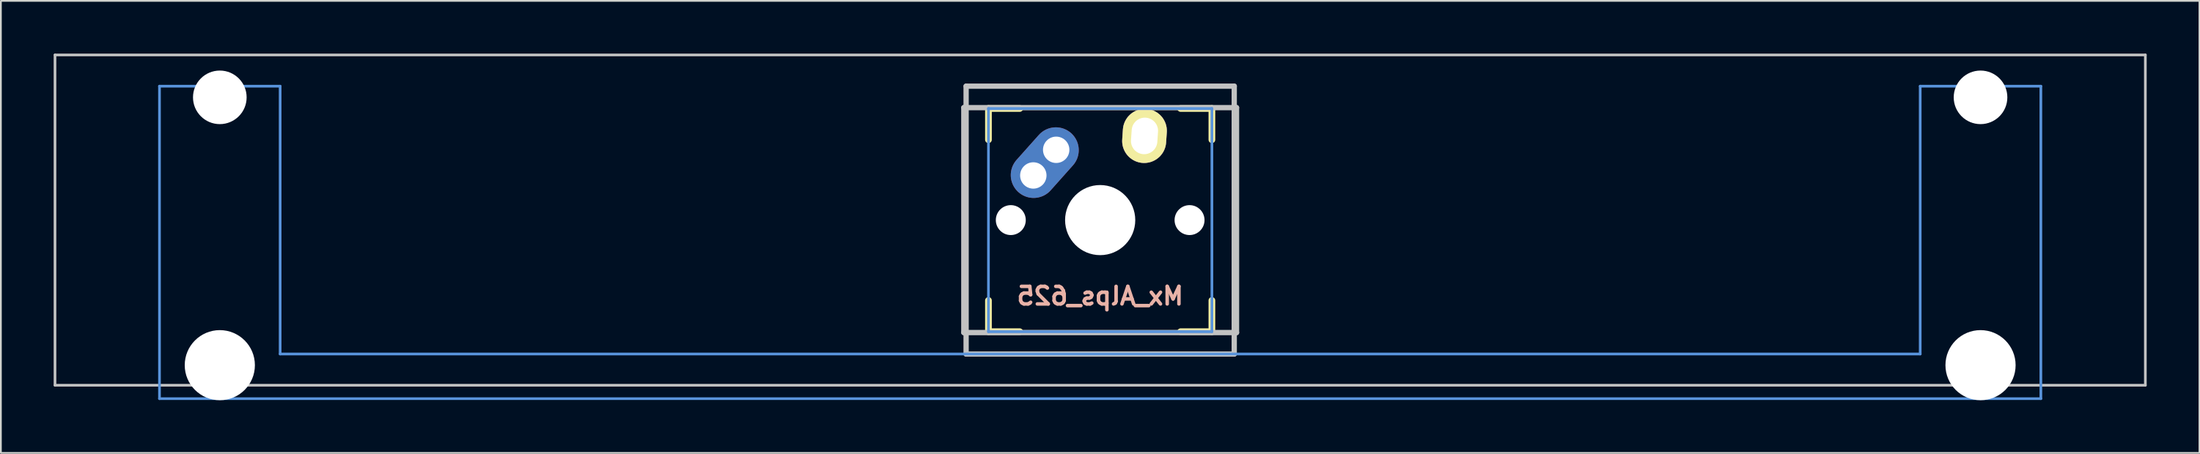
<source format=kicad_pcb>
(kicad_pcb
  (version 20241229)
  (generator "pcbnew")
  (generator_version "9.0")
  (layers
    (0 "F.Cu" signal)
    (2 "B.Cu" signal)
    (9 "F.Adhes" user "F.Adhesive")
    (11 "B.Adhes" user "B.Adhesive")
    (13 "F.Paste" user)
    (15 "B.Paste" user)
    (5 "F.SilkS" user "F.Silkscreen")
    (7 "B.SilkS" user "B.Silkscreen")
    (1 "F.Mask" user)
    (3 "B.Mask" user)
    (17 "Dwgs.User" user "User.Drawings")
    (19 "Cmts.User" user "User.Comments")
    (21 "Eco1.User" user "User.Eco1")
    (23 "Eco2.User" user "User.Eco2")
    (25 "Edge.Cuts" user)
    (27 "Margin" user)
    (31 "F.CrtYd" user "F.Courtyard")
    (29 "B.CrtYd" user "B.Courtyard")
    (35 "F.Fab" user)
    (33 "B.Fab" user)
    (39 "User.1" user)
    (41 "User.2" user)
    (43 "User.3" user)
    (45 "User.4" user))
  (footprint "Mx_Alps_625"
    (layer "F.Cu")
    (at 59.482 9.474)
    (property "Reference" "Mx_Alps_625" (at 0 4.318 0) (layer "B.SilkS") (effects (font (size 1 1) (thickness 0.2)) (justify mirror)))
    (attr through_hole)
    (fp_line (start -6.35 -6.35) (end -4.572 -6.35) (stroke (width 0.381) (type solid)) (layer "F.SilkS"))
    (fp_line (start -6.35 -4.572) (end -6.35 -6.35) (stroke (width 0.381) (type solid)) (layer "F.SilkS"))
    (fp_line (start -6.35 6.35) (end -6.35 4.572) (stroke (width 0.381) (type solid)) (layer "F.SilkS"))
    (fp_line (start -4.572 6.35) (end -6.35 6.35) (stroke (width 0.381) (type solid)) (layer "F.SilkS"))
    (fp_line (start 4.572 -6.35) (end 6.35 -6.35) (stroke (width 0.381) (type solid)) (layer "F.SilkS"))
    (fp_line (start 6.35 -6.35) (end 6.35 -4.572) (stroke (width 0.381) (type solid)) (layer "F.SilkS"))
    (fp_line (start 6.35 4.572) (end 6.35 6.35) (stroke (width 0.381) (type solid)) (layer "F.SilkS"))
    (fp_line (start 6.35 6.35) (end 4.572 6.35) (stroke (width 0.381) (type solid)) (layer "F.SilkS"))
    (fp_line (start -59.406 -9.398) (end 59.406 -9.398) (stroke (width 0.152) (type solid)) (layer "Dwgs.User"))
    (fp_line (start -59.406 9.398) (end -59.406 -9.398) (stroke (width 0.152) (type solid)) (layer "Dwgs.User"))
    (fp_line (start -7.75 6.4) (end -7.75 -6.4) (stroke (width 0.3) (type solid)) (layer "Dwgs.User"))
    (fp_line (start -7.75 6.4) (end 7.75 6.4) (stroke (width 0.3) (type solid)) (layer "Dwgs.User"))
    (fp_line (start -7.62 -7.62) (end 7.62 -7.62) (stroke (width 0.3) (type solid)) (layer "Dwgs.User"))
    (fp_line (start -7.62 7.62) (end -7.62 -7.62) (stroke (width 0.3) (type solid)) (layer "Dwgs.User"))
    (fp_line (start 7.62 -7.62) (end 7.62 7.62) (stroke (width 0.3) (type solid)) (layer "Dwgs.User"))
    (fp_line (start 7.62 7.62) (end -7.62 7.62) (stroke (width 0.3) (type solid)) (layer "Dwgs.User"))
    (fp_line (start 7.75 -6.4) (end -7.75 -6.4) (stroke (width 0.3) (type solid)) (layer "Dwgs.User"))
    (fp_line (start 7.75 6.4) (end 7.75 -6.4) (stroke (width 0.3) (type solid)) (layer "Dwgs.User"))
    (fp_line (start 59.406 -9.398) (end 59.406 9.398) (stroke (width 0.152) (type solid)) (layer "Dwgs.User"))
    (fp_line (start 59.406 9.398) (end -59.406 9.398) (stroke (width 0.152) (type solid)) (layer "Dwgs.User"))
    (fp_line (start -53.467 -7.62) (end -53.467 10.16) (stroke (width 0.152) (type solid)) (layer "Cmts.User"))
    (fp_line (start -53.467 10.16) (end 53.467 10.16) (stroke (width 0.152) (type solid)) (layer "Cmts.User"))
    (fp_line (start -46.609 -7.62) (end -53.467 -7.62) (stroke (width 0.152) (type solid)) (layer "Cmts.User"))
    (fp_line (start -46.609 7.62) (end -46.609 -7.62) (stroke (width 0.152) (type solid)) (layer "Cmts.User"))
    (fp_line (start -6.35 -6.35) (end 6.35 -6.35) (stroke (width 0.152) (type solid)) (layer "Cmts.User"))
    (fp_line (start -6.35 6.35) (end -6.35 -6.35) (stroke (width 0.152) (type solid)) (layer "Cmts.User"))
    (fp_line (start 6.35 -6.35) (end 6.35 6.35) (stroke (width 0.152) (type solid)) (layer "Cmts.User"))
    (fp_line (start 6.35 6.35) (end -6.35 6.35) (stroke (width 0.152) (type solid)) (layer "Cmts.User"))
    (fp_line (start 46.609 -7.62) (end 46.609 7.62) (stroke (width 0.152) (type solid)) (layer "Cmts.User"))
    (fp_line (start 46.609 7.62) (end -46.609 7.62) (stroke (width 0.152) (type solid)) (layer "Cmts.User"))
    (fp_line (start 53.467 -7.62) (end 46.609 -7.62) (stroke (width 0.152) (type solid)) (layer "Cmts.User"))
    (fp_line (start 53.467 10.16) (end 53.467 -7.62) (stroke (width 0.152) (type solid)) (layer "Cmts.User"))
    (fp_line (start -54.229 -2.286) (end -53.365 -2.286) (stroke (width 0.152) (type solid)) (layer "Eco2.User"))
    (fp_line (start -54.229 0.508) (end -54.229 -2.286) (stroke (width 0.152) (type solid)) (layer "Eco2.User"))
    (fp_line (start -53.365 -5.69) (end -46.711 -5.69) (stroke (width 0.152) (type solid)) (layer "Eco2.User"))
    (fp_line (start -53.365 -2.286) (end -53.365 -5.69) (stroke (width 0.152) (type solid)) (layer "Eco2.User"))
    (fp_line (start -53.365 0.508) (end -54.229 0.508) (stroke (width 0.152) (type solid)) (layer "Eco2.User"))
    (fp_line (start -53.365 6.604) (end -53.365 0.508) (stroke (width 0.152) (type solid)) (layer "Eco2.User"))
    (fp_line (start -52.324 6.604) (end -53.365 6.604) (stroke (width 0.152) (type solid)) (layer "Eco2.User"))
    (fp_line (start -52.324 7.772) (end -52.324 6.604) (stroke (width 0.152) (type solid)) (layer "Eco2.User"))
    (fp_line (start -47.752 6.604) (end -47.752 7.772) (stroke (width 0.152) (type solid)) (layer "Eco2.User"))
    (fp_line (start -47.752 7.772) (end -52.324 7.772) (stroke (width 0.152) (type solid)) (layer "Eco2.User"))
    (fp_line (start -46.711 -5.69) (end -46.711 -2.286) (stroke (width 0.152) (type solid)) (layer "Eco2.User"))
    (fp_line (start -46.711 -2.286) (end -6.985 -2.286) (stroke (width 0.152) (type solid)) (layer "Eco2.User"))
    (fp_line (start -46.711 2.286) (end -46.711 6.604) (stroke (width 0.152) (type solid)) (layer "Eco2.User"))
    (fp_line (start -46.711 6.604) (end -47.752 6.604) (stroke (width 0.152) (type solid)) (layer "Eco2.User"))
    (fp_line (start -6.985 -6.985) (end 6.985 -6.985) (stroke (width 0.152) (type solid)) (layer "Eco2.User"))
    (fp_line (start -6.985 -2.286) (end -6.985 -6.985) (stroke (width 0.152) (type solid)) (layer "Eco2.User"))
    (fp_line (start -6.985 2.286) (end -46.711 2.286) (stroke (width 0.152) (type solid)) (layer "Eco2.User"))
    (fp_line (start -6.985 6.985) (end -6.985 2.286) (stroke (width 0.152) (type solid)) (layer "Eco2.User"))
    (fp_line (start 6.985 -6.985) (end 6.985 -2.286) (stroke (width 0.152) (type solid)) (layer "Eco2.User"))
    (fp_line (start 6.985 -2.286) (end 46.711 -2.286) (stroke (width 0.152) (type solid)) (layer "Eco2.User"))
    (fp_line (start 6.985 2.286) (end 6.985 6.985) (stroke (width 0.152) (type solid)) (layer "Eco2.User"))
    (fp_line (start 6.985 6.985) (end -6.985 6.985) (stroke (width 0.152) (type solid)) (layer "Eco2.User"))
    (fp_line (start 46.711 -5.69) (end 53.365 -5.69) (stroke (width 0.152) (type solid)) (layer "Eco2.User"))
    (fp_line (start 46.711 -2.286) (end 46.711 -5.69) (stroke (width 0.152) (type solid)) (layer "Eco2.User"))
    (fp_line (start 46.711 2.286) (end 6.985 2.286) (stroke (width 0.152) (type solid)) (layer "Eco2.User"))
    (fp_line (start 46.711 6.604) (end 46.711 2.286) (stroke (width 0.152) (type solid)) (layer "Eco2.User"))
    (fp_line (start 47.752 6.604) (end 46.711 6.604) (stroke (width 0.152) (type solid)) (layer "Eco2.User"))
    (fp_line (start 47.752 7.772) (end 47.752 6.604) (stroke (width 0.152) (type solid)) (layer "Eco2.User"))
    (fp_line (start 52.324 6.604) (end 52.324 7.772) (stroke (width 0.152) (type solid)) (layer "Eco2.User"))
    (fp_line (start 52.324 7.772) (end 47.752 7.772) (stroke (width 0.152) (type solid)) (layer "Eco2.User"))
    (fp_line (start 53.365 -5.69) (end 53.365 -2.286) (stroke (width 0.152) (type solid)) (layer "Eco2.User"))
    (fp_line (start 53.365 -2.286) (end 54.229 -2.286) (stroke (width 0.152) (type solid)) (layer "Eco2.User"))
    (fp_line (start 53.365 0.508) (end 53.365 6.604) (stroke (width 0.152) (type solid)) (layer "Eco2.User"))
    (fp_line (start 53.365 6.604) (end 52.324 6.604) (stroke (width 0.152) (type solid)) (layer "Eco2.User"))
    (fp_line (start 54.229 -2.286) (end 54.229 0.508) (stroke (width 0.152) (type solid)) (layer "Eco2.User"))
    (fp_line (start 54.229 0.508) (end 53.365 0.508) (stroke (width 0.152) (type solid)) (layer "Eco2.User"))
    (pad "" np_thru_hole circle (at -50.038 -6.985) (size 3.048 3.048) (drill 3.048) (layers "*.Cu"))
    (pad "" np_thru_hole circle (at -50.038 8.255) (size 3.988 3.988) (drill 3.988) (layers "*.Cu"))
    (pad "" np_thru_hole circle (at -5.08 0) (size 1.702 1.702) (drill 1.702) (layers "*.Cu"))
    (pad "" np_thru_hole circle (at 0 0) (size 3.988 3.988) (drill 3.988) (layers "*.Cu"))
    (pad "" np_thru_hole circle (at 5.08 0) (size 1.702 1.702) (drill 1.702) (layers "*.Cu"))
    (pad "" np_thru_hole circle (at 50.038 -6.985) (size 3.048 3.048) (drill 3.048) (layers "*.Cu"))
    (pad "" np_thru_hole circle (at 50.038 8.255) (size 3.988 3.988) (drill 3.988) (layers "*.Cu"))
    (pad "1" thru_hole circle (at -3.8 -2.54) (size 2.377 2.377) (drill 1.5) (layers "*.Cu" "*.Mask"))
    (pad "1" smd oval (at -3.15 -3.27 48.3) (size 4.5 2.6) (layers "F.Cu" "F.Mask"))
    (pad "1" smd oval (at -3.15 -3.27 48.3) (size 4.5 2.6) (layers "B.Cu" "B.Mask"))
    (pad "1" thru_hole circle (at -2.5 -4) (size 2.377 2.377) (drill 1.5) (layers "*.Cu" "*.Mask"))
    (pad "2" thru_hole oval (at 2.52 -4.79 356.1) (size 2.5 3.08) (drill oval 1.5 2.08) (layers "*.Cu" "*.Mask" "F.SilkS")))
  (gr_rect
    (start -3 -3)
    (end 121.963 22.723)
    (stroke (width 0.1) (type default))
    (fill no)
    (layer "Edge.Cuts")))
</source>
